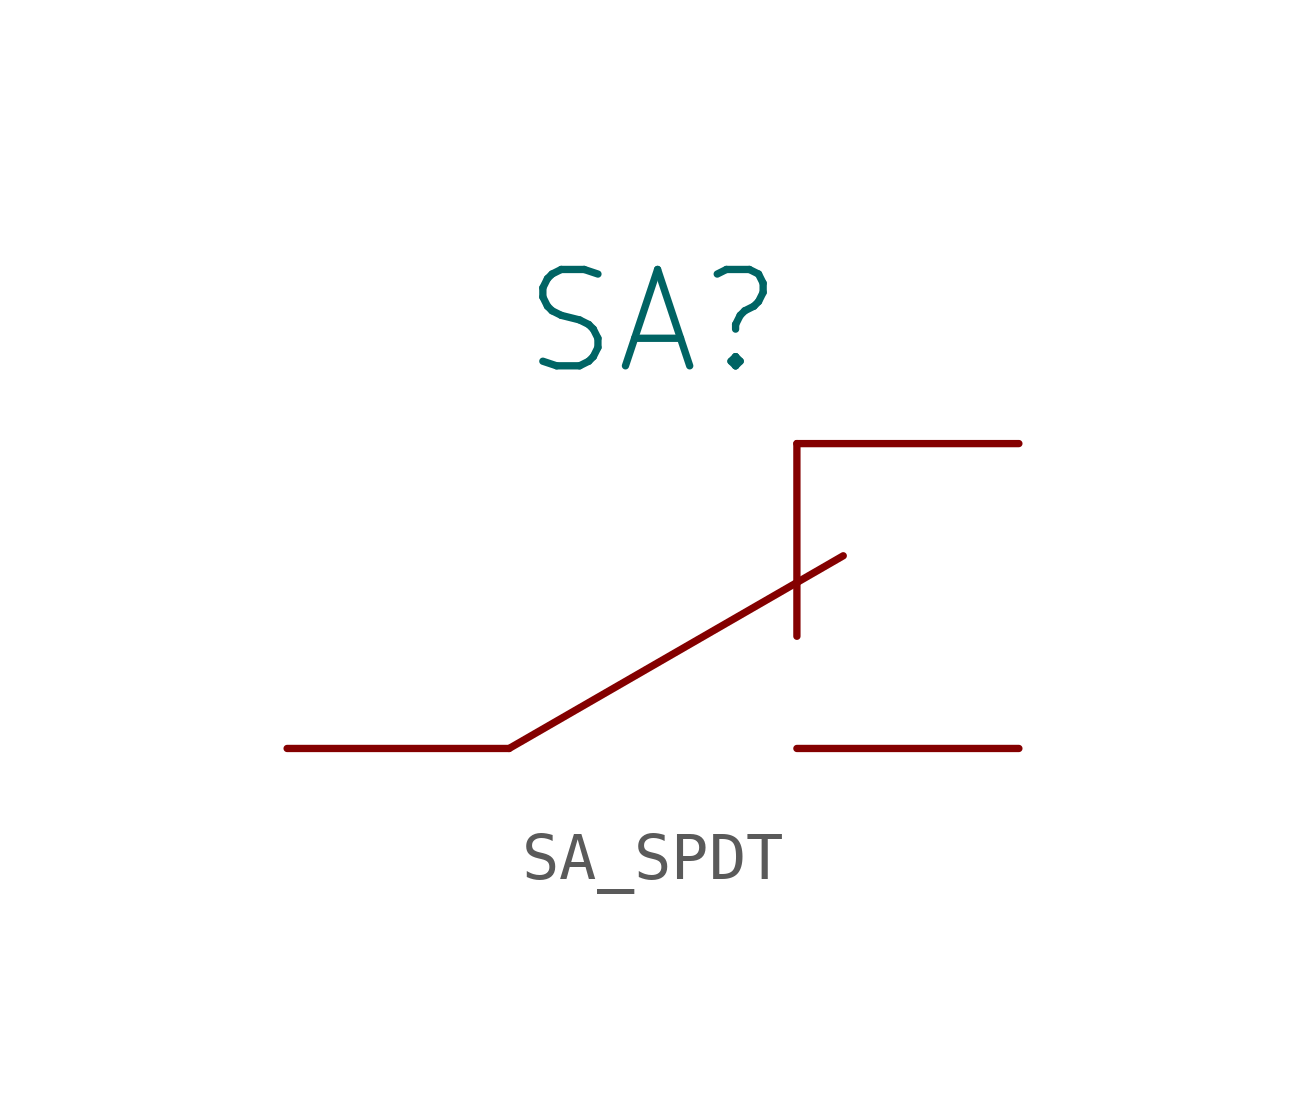
<source format=kicad_sym>
(kicad_symbol_lib
  (version 20231120)
  (generator "kicad_symbol_editor")
  (generator_version "8.0")
  (symbol "SA_SPDT"
    (pin_numbers hide)
    (pin_names
      (offset 0) hide)
    (property "Reference" "SA"
      (at 0 6.35 0)
      (effects (font (size 2.007 2.007))))
    (symbol "SA_SPDT_0_1"
      (polyline (pts (xy -2.997 -2.54) (xy 3.962 1.473)) (stroke (width 0) (type solid)) (fill (type none)))
      (polyline (pts (xy 2.997 3.81) (xy 2.997 -0.203)) (stroke (width 0) (type solid)) (fill (type none))))
    (symbol "SA_SPDT_1_1"
      (pin passive line (at -7.62 -2.54 0) (length 4.623) (name "~" (effects (font (size 2.007 2.007)))) (number "1" (effects (font (size 2.007 2.007)))))
      (pin passive line (at 7.62 -2.54 180) (length 4.623) (name "~" (effects (font (size 2.007 2.007)))) (number "2" (effects (font (size 2.007 2.007)))))
      (pin passive line (at 7.62 3.81 180) (length 4.623) (name "~" (effects (font (size 2.007 2.007)))) (number "3" (effects (font (size 2.007 2.007))))))))
</source>
